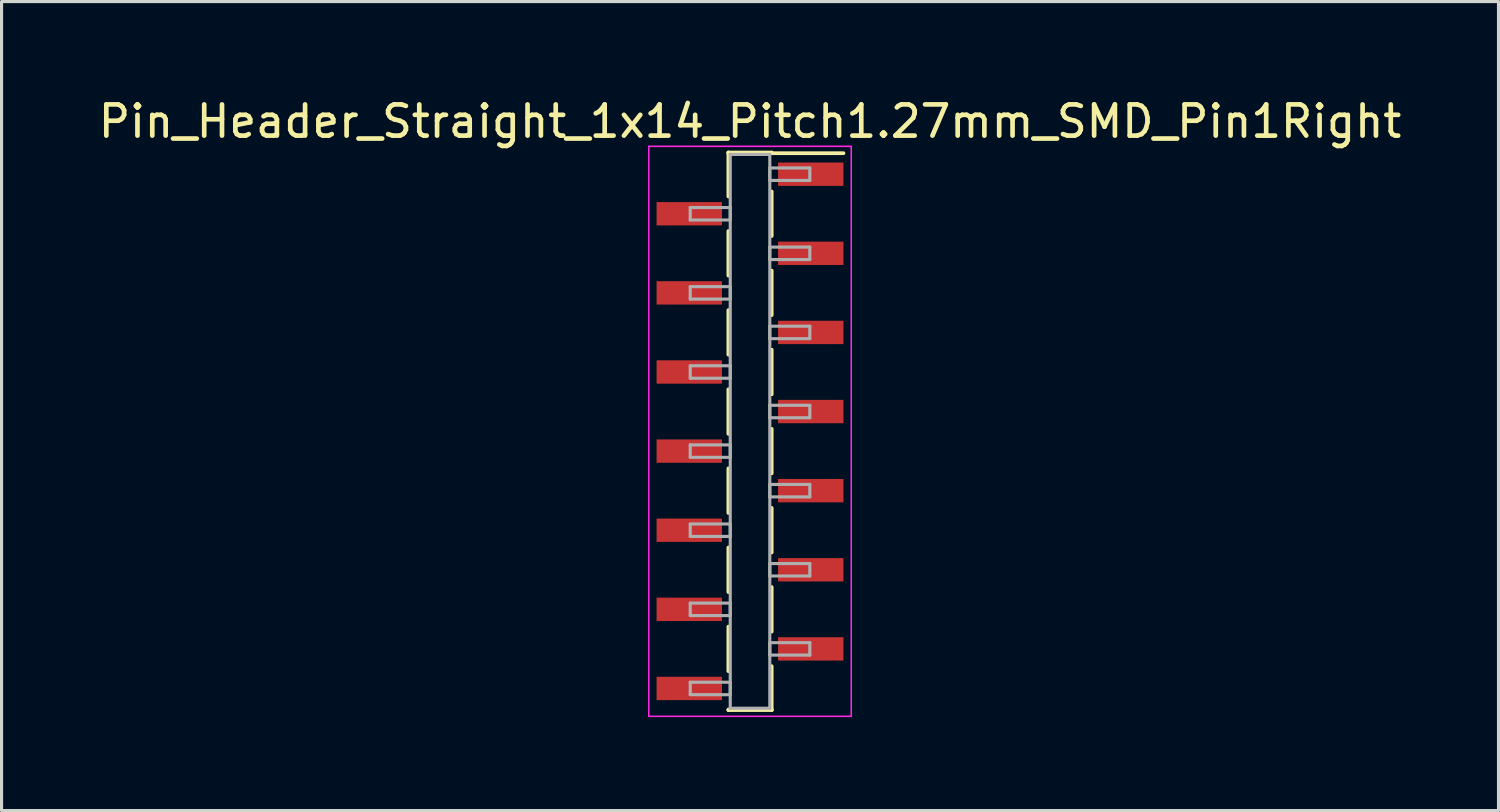
<source format=kicad_pcb>
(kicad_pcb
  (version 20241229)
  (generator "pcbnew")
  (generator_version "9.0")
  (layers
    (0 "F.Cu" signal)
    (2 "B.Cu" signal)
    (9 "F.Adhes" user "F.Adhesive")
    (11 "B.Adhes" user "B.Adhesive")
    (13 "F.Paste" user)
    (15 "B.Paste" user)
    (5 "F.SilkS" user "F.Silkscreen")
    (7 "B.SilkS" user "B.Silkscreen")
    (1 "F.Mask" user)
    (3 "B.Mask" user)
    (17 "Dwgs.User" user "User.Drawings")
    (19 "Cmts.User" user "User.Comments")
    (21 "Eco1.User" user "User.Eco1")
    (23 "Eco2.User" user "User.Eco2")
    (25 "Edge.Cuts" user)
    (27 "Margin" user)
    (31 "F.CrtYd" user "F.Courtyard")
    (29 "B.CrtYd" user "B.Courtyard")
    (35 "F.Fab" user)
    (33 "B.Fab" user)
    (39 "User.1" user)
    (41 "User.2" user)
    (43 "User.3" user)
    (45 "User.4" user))
  (footprint "Pin_Header_Straight_1x14_Pitch1.27mm_SMD_Pin1Right"
    (layer "F.Cu")
    (at 21.03 10.798)
    (property "Reference" "Pin_Header_Straight_1x14_Pitch1.27mm_SMD_Pin1Right" (at 0 -9.95 0) (layer "F.SilkS") (effects (font (size 1 1) (thickness 0.15))))
    (attr smd)
    (fp_line (start -0.695 -8.95) (end -0.695 -7.54) (stroke (width 0.12) (type solid)) (layer "F.SilkS"))
    (fp_line (start -0.695 -8.95) (end 0.695 -8.95) (stroke (width 0.12) (type solid)) (layer "F.SilkS"))
    (fp_line (start -0.695 -8.93) (end -0.695 -8.95) (stroke (width 0.12) (type solid)) (layer "F.SilkS"))
    (fp_line (start -0.695 -6.43) (end -0.695 -5) (stroke (width 0.12) (type solid)) (layer "F.SilkS"))
    (fp_line (start -0.695 -3.89) (end -0.695 -2.46) (stroke (width 0.12) (type solid)) (layer "F.SilkS"))
    (fp_line (start -0.695 -1.35) (end -0.695 0.08) (stroke (width 0.12) (type solid)) (layer "F.SilkS"))
    (fp_line (start -0.695 1.19) (end -0.695 2.62) (stroke (width 0.12) (type solid)) (layer "F.SilkS"))
    (fp_line (start -0.695 3.73) (end -0.695 5.16) (stroke (width 0.12) (type solid)) (layer "F.SilkS"))
    (fp_line (start -0.695 6.27) (end -0.695 7.7) (stroke (width 0.12) (type solid)) (layer "F.SilkS"))
    (fp_line (start -0.695 8.93) (end -0.695 8.95) (stroke (width 0.12) (type solid)) (layer "F.SilkS"))
    (fp_line (start -0.695 8.95) (end 0.695 8.95) (stroke (width 0.12) (type solid)) (layer "F.SilkS"))
    (fp_line (start 0.695 -8.95) (end 0.695 -8.93) (stroke (width 0.12) (type solid)) (layer "F.SilkS"))
    (fp_line (start 0.695 -8.93) (end 3 -8.93) (stroke (width 0.12) (type solid)) (layer "F.SilkS"))
    (fp_line (start 0.695 -7.7) (end 0.695 -6.27) (stroke (width 0.12) (type solid)) (layer "F.SilkS"))
    (fp_line (start 0.695 -5.16) (end 0.695 -3.73) (stroke (width 0.12) (type solid)) (layer "F.SilkS"))
    (fp_line (start 0.695 -2.62) (end 0.695 -1.19) (stroke (width 0.12) (type solid)) (layer "F.SilkS"))
    (fp_line (start 0.695 -0.08) (end 0.695 1.35) (stroke (width 0.12) (type solid)) (layer "F.SilkS"))
    (fp_line (start 0.695 2.46) (end 0.695 3.89) (stroke (width 0.12) (type solid)) (layer "F.SilkS"))
    (fp_line (start 0.695 5) (end 0.695 6.43) (stroke (width 0.12) (type solid)) (layer "F.SilkS"))
    (fp_line (start 0.695 7.54) (end 0.695 8.95) (stroke (width 0.12) (type solid)) (layer "F.SilkS"))
    (fp_line (start 0.695 8.95) (end 0.695 8.93) (stroke (width 0.12) (type solid)) (layer "F.SilkS"))
    (fp_line (start -3.25 -9.15) (end -3.25 9.15) (stroke (width 0.05) (type solid)) (layer "F.CrtYd"))
    (fp_line (start -3.25 9.15) (end 3.25 9.15) (stroke (width 0.05) (type solid)) (layer "F.CrtYd"))
    (fp_line (start 3.25 -9.15) (end -3.25 -9.15) (stroke (width 0.05) (type solid)) (layer "F.CrtYd"))
    (fp_line (start 3.25 9.15) (end 3.25 -9.15) (stroke (width 0.05) (type solid)) (layer "F.CrtYd"))
    (fp_line (start -1.92 -7.185) (end -0.635 -7.185) (stroke (width 0.1) (type solid)) (layer "F.Fab"))
    (fp_line (start -1.92 -6.785) (end -1.92 -7.185) (stroke (width 0.1) (type solid)) (layer "F.Fab"))
    (fp_line (start -1.92 -4.645) (end -0.635 -4.645) (stroke (width 0.1) (type solid)) (layer "F.Fab"))
    (fp_line (start -1.92 -4.245) (end -1.92 -4.645) (stroke (width 0.1) (type solid)) (layer "F.Fab"))
    (fp_line (start -1.92 -2.105) (end -0.635 -2.105) (stroke (width 0.1) (type solid)) (layer "F.Fab"))
    (fp_line (start -1.92 -1.705) (end -1.92 -2.105) (stroke (width 0.1) (type solid)) (layer "F.Fab"))
    (fp_line (start -1.92 0.435) (end -0.635 0.435) (stroke (width 0.1) (type solid)) (layer "F.Fab"))
    (fp_line (start -1.92 0.835) (end -1.92 0.435) (stroke (width 0.1) (type solid)) (layer "F.Fab"))
    (fp_line (start -1.92 2.975) (end -0.635 2.975) (stroke (width 0.1) (type solid)) (layer "F.Fab"))
    (fp_line (start -1.92 3.375) (end -1.92 2.975) (stroke (width 0.1) (type solid)) (layer "F.Fab"))
    (fp_line (start -1.92 5.515) (end -0.635 5.515) (stroke (width 0.1) (type solid)) (layer "F.Fab"))
    (fp_line (start -1.92 5.915) (end -1.92 5.515) (stroke (width 0.1) (type solid)) (layer "F.Fab"))
    (fp_line (start -1.92 8.055) (end -0.635 8.055) (stroke (width 0.1) (type solid)) (layer "F.Fab"))
    (fp_line (start -1.92 8.455) (end -1.92 8.055) (stroke (width 0.1) (type solid)) (layer "F.Fab"))
    (fp_line (start -0.635 -8.89) (end -0.635 8.89) (stroke (width 0.1) (type solid)) (layer "F.Fab"))
    (fp_line (start -0.635 -7.185) (end -0.635 -6.785) (stroke (width 0.1) (type solid)) (layer "F.Fab"))
    (fp_line (start -0.635 -6.785) (end -1.92 -6.785) (stroke (width 0.1) (type solid)) (layer "F.Fab"))
    (fp_line (start -0.635 -4.645) (end -0.635 -4.245) (stroke (width 0.1) (type solid)) (layer "F.Fab"))
    (fp_line (start -0.635 -4.245) (end -1.92 -4.245) (stroke (width 0.1) (type solid)) (layer "F.Fab"))
    (fp_line (start -0.635 -2.105) (end -0.635 -1.705) (stroke (width 0.1) (type solid)) (layer "F.Fab"))
    (fp_line (start -0.635 -1.705) (end -1.92 -1.705) (stroke (width 0.1) (type solid)) (layer "F.Fab"))
    (fp_line (start -0.635 0.435) (end -0.635 0.835) (stroke (width 0.1) (type solid)) (layer "F.Fab"))
    (fp_line (start -0.635 0.835) (end -1.92 0.835) (stroke (width 0.1) (type solid)) (layer "F.Fab"))
    (fp_line (start -0.635 2.975) (end -0.635 3.375) (stroke (width 0.1) (type solid)) (layer "F.Fab"))
    (fp_line (start -0.635 3.375) (end -1.92 3.375) (stroke (width 0.1) (type solid)) (layer "F.Fab"))
    (fp_line (start -0.635 5.515) (end -0.635 5.915) (stroke (width 0.1) (type solid)) (layer "F.Fab"))
    (fp_line (start -0.635 5.915) (end -1.92 5.915) (stroke (width 0.1) (type solid)) (layer "F.Fab"))
    (fp_line (start -0.635 8.055) (end -0.635 8.455) (stroke (width 0.1) (type solid)) (layer "F.Fab"))
    (fp_line (start -0.635 8.455) (end -1.92 8.455) (stroke (width 0.1) (type solid)) (layer "F.Fab"))
    (fp_line (start -0.635 8.89) (end 0.635 8.89) (stroke (width 0.1) (type solid)) (layer "F.Fab"))
    (fp_line (start 0.635 -8.89) (end -0.635 -8.89) (stroke (width 0.1) (type solid)) (layer "F.Fab"))
    (fp_line (start 0.635 -8.455) (end 0.635 -8.055) (stroke (width 0.1) (type solid)) (layer "F.Fab"))
    (fp_line (start 0.635 -8.055) (end 1.92 -8.055) (stroke (width 0.1) (type solid)) (layer "F.Fab"))
    (fp_line (start 0.635 -5.915) (end 0.635 -5.515) (stroke (width 0.1) (type solid)) (layer "F.Fab"))
    (fp_line (start 0.635 -5.515) (end 1.92 -5.515) (stroke (width 0.1) (type solid)) (layer "F.Fab"))
    (fp_line (start 0.635 -3.375) (end 0.635 -2.975) (stroke (width 0.1) (type solid)) (layer "F.Fab"))
    (fp_line (start 0.635 -2.975) (end 1.92 -2.975) (stroke (width 0.1) (type solid)) (layer "F.Fab"))
    (fp_line (start 0.635 -0.835) (end 0.635 -0.435) (stroke (width 0.1) (type solid)) (layer "F.Fab"))
    (fp_line (start 0.635 -0.435) (end 1.92 -0.435) (stroke (width 0.1) (type solid)) (layer "F.Fab"))
    (fp_line (start 0.635 1.705) (end 0.635 2.105) (stroke (width 0.1) (type solid)) (layer "F.Fab"))
    (fp_line (start 0.635 2.105) (end 1.92 2.105) (stroke (width 0.1) (type solid)) (layer "F.Fab"))
    (fp_line (start 0.635 4.245) (end 0.635 4.645) (stroke (width 0.1) (type solid)) (layer "F.Fab"))
    (fp_line (start 0.635 4.645) (end 1.92 4.645) (stroke (width 0.1) (type solid)) (layer "F.Fab"))
    (fp_line (start 0.635 6.785) (end 0.635 7.185) (stroke (width 0.1) (type solid)) (layer "F.Fab"))
    (fp_line (start 0.635 7.185) (end 1.92 7.185) (stroke (width 0.1) (type solid)) (layer "F.Fab"))
    (fp_line (start 0.635 8.89) (end 0.635 -8.89) (stroke (width 0.1) (type solid)) (layer "F.Fab"))
    (fp_line (start 1.92 -8.455) (end 0.635 -8.455) (stroke (width 0.1) (type solid)) (layer "F.Fab"))
    (fp_line (start 1.92 -8.055) (end 1.92 -8.455) (stroke (width 0.1) (type solid)) (layer "F.Fab"))
    (fp_line (start 1.92 -5.915) (end 0.635 -5.915) (stroke (width 0.1) (type solid)) (layer "F.Fab"))
    (fp_line (start 1.92 -5.515) (end 1.92 -5.915) (stroke (width 0.1) (type solid)) (layer "F.Fab"))
    (fp_line (start 1.92 -3.375) (end 0.635 -3.375) (stroke (width 0.1) (type solid)) (layer "F.Fab"))
    (fp_line (start 1.92 -2.975) (end 1.92 -3.375) (stroke (width 0.1) (type solid)) (layer "F.Fab"))
    (fp_line (start 1.92 -0.835) (end 0.635 -0.835) (stroke (width 0.1) (type solid)) (layer "F.Fab"))
    (fp_line (start 1.92 -0.435) (end 1.92 -0.835) (stroke (width 0.1) (type solid)) (layer "F.Fab"))
    (fp_line (start 1.92 1.705) (end 0.635 1.705) (stroke (width 0.1) (type solid)) (layer "F.Fab"))
    (fp_line (start 1.92 2.105) (end 1.92 1.705) (stroke (width 0.1) (type solid)) (layer "F.Fab"))
    (fp_line (start 1.92 4.245) (end 0.635 4.245) (stroke (width 0.1) (type solid)) (layer "F.Fab"))
    (fp_line (start 1.92 4.645) (end 1.92 4.245) (stroke (width 0.1) (type solid)) (layer "F.Fab"))
    (fp_line (start 1.92 6.785) (end 0.635 6.785) (stroke (width 0.1) (type solid)) (layer "F.Fab"))
    (fp_line (start 1.92 7.185) (end 1.92 6.785) (stroke (width 0.1) (type solid)) (layer "F.Fab"))
    (pad "1" smd rect (at 1.95 -8.255) (size 2.1 0.75) (layers "F.Cu" "F.Mask"))
    (pad "2" smd rect (at -1.95 -6.985) (size 2.1 0.75) (layers "F.Cu" "F.Mask"))
    (pad "3" smd rect (at 1.95 -5.715) (size 2.1 0.75) (layers "F.Cu" "F.Mask"))
    (pad "4" smd rect (at -1.95 -4.445) (size 2.1 0.75) (layers "F.Cu" "F.Mask"))
    (pad "5" smd rect (at 1.95 -3.175) (size 2.1 0.75) (layers "F.Cu" "F.Mask"))
    (pad "6" smd rect (at -1.95 -1.905) (size 2.1 0.75) (layers "F.Cu" "F.Mask"))
    (pad "7" smd rect (at 1.95 -0.635) (size 2.1 0.75) (layers "F.Cu" "F.Mask"))
    (pad "8" smd rect (at -1.95 0.635) (size 2.1 0.75) (layers "F.Cu" "F.Mask"))
    (pad "9" smd rect (at 1.95 1.905) (size 2.1 0.75) (layers "F.Cu" "F.Mask"))
    (pad "10" smd rect (at -1.95 3.175) (size 2.1 0.75) (layers "F.Cu" "F.Mask"))
    (pad "11" smd rect (at 1.95 4.445) (size 2.1 0.75) (layers "F.Cu" "F.Mask"))
    (pad "12" smd rect (at -1.95 5.715) (size 2.1 0.75) (layers "F.Cu" "F.Mask"))
    (pad "13" smd rect (at 1.95 6.985) (size 2.1 0.75) (layers "F.Cu" "F.Mask"))
    (pad "14" smd rect (at -1.95 8.255) (size 2.1 0.75) (layers "F.Cu" "F.Mask")))
  (gr_rect
    (start -3 -3)
    (end 45.06 22.973)
    (stroke (width 0.1) (type default))
    (fill no)
    (layer "Edge.Cuts")))
</source>
